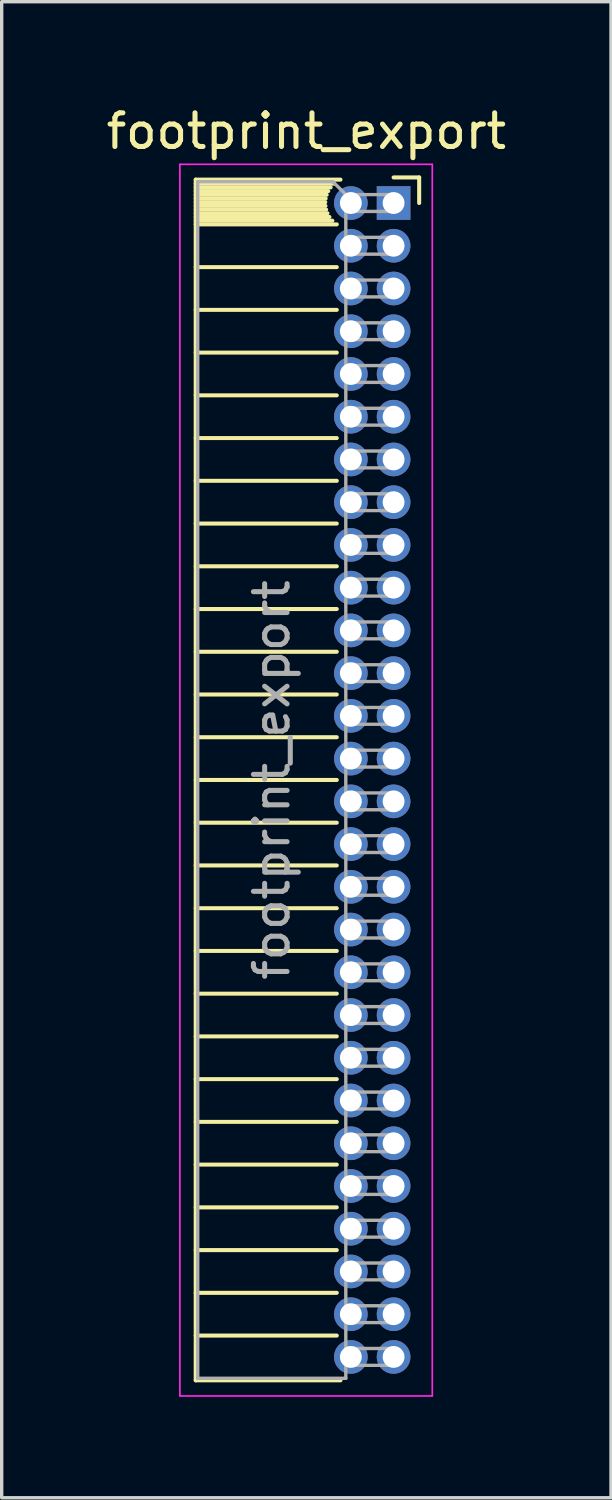
<source format=kicad_pcb>
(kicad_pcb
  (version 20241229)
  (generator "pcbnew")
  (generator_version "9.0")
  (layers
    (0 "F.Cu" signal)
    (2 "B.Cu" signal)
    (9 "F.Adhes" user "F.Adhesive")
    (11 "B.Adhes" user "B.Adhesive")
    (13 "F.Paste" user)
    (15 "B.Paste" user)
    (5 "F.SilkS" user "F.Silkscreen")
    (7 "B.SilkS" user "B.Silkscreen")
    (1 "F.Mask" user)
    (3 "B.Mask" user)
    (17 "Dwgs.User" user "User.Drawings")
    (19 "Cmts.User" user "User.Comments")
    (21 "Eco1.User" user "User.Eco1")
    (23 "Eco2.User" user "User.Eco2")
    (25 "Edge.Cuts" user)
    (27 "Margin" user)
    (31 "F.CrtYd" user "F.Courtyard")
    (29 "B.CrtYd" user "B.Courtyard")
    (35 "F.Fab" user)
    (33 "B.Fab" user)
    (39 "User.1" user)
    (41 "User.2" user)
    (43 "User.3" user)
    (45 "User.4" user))
  (footprint "footprint_export"
    (layer "F.Cu")
    (at 8.646 2.983)
    (property "Reference" "footprint_export" (at -2.592 -2.135 0) (layer "F.SilkS") (effects (font (size 1 1) (thickness 0.15))))
    (attr through_hole)
    (fp_line (start -5.88 -0.695) (end -5.88 34.985) (stroke (width 0.12) (type solid)) (layer "F.SilkS"))
    (fp_line (start -5.88 -0.695) (end -1.578 -0.695) (stroke (width 0.12) (type solid)) (layer "F.SilkS"))
    (fp_line (start -5.88 -0.575) (end -1.767 -0.575) (stroke (width 0.12) (type solid)) (layer "F.SilkS"))
    (fp_line (start -5.88 -0.465) (end -1.871 -0.465) (stroke (width 0.12) (type solid)) (layer "F.SilkS"))
    (fp_line (start -5.88 -0.355) (end -1.942 -0.355) (stroke (width 0.12) (type solid)) (layer "F.SilkS"))
    (fp_line (start -5.88 -0.245) (end -1.989 -0.245) (stroke (width 0.12) (type solid)) (layer "F.SilkS"))
    (fp_line (start -5.88 -0.135) (end -2.018 -0.135) (stroke (width 0.12) (type solid)) (layer "F.SilkS"))
    (fp_line (start -5.88 -0.025) (end -2.03 -0.025) (stroke (width 0.12) (type solid)) (layer "F.SilkS"))
    (fp_line (start -5.88 0.085) (end -2.025 0.085) (stroke (width 0.12) (type solid)) (layer "F.SilkS"))
    (fp_line (start -5.88 0.195) (end -2.005 0.195) (stroke (width 0.12) (type solid)) (layer "F.SilkS"))
    (fp_line (start -5.88 0.305) (end -1.966 0.305) (stroke (width 0.12) (type solid)) (layer "F.SilkS"))
    (fp_line (start -5.88 0.415) (end -1.907 0.415) (stroke (width 0.12) (type solid)) (layer "F.SilkS"))
    (fp_line (start -5.88 0.525) (end -1.82 0.525) (stroke (width 0.12) (type solid)) (layer "F.SilkS"))
    (fp_line (start -5.88 0.635) (end -1.688 0.635) (stroke (width 0.12) (type solid)) (layer "F.SilkS"))
    (fp_line (start -5.88 1.905) (end -1.688 1.905) (stroke (width 0.12) (type solid)) (layer "F.SilkS"))
    (fp_line (start -5.88 3.175) (end -1.688 3.175) (stroke (width 0.12) (type solid)) (layer "F.SilkS"))
    (fp_line (start -5.88 4.445) (end -1.688 4.445) (stroke (width 0.12) (type solid)) (layer "F.SilkS"))
    (fp_line (start -5.88 5.715) (end -1.688 5.715) (stroke (width 0.12) (type solid)) (layer "F.SilkS"))
    (fp_line (start -5.88 6.985) (end -1.688 6.985) (stroke (width 0.12) (type solid)) (layer "F.SilkS"))
    (fp_line (start -5.88 8.255) (end -1.688 8.255) (stroke (width 0.12) (type solid)) (layer "F.SilkS"))
    (fp_line (start -5.88 9.525) (end -1.688 9.525) (stroke (width 0.12) (type solid)) (layer "F.SilkS"))
    (fp_line (start -5.88 10.795) (end -1.688 10.795) (stroke (width 0.12) (type solid)) (layer "F.SilkS"))
    (fp_line (start -5.88 12.065) (end -1.688 12.065) (stroke (width 0.12) (type solid)) (layer "F.SilkS"))
    (fp_line (start -5.88 13.335) (end -1.688 13.335) (stroke (width 0.12) (type solid)) (layer "F.SilkS"))
    (fp_line (start -5.88 14.605) (end -1.688 14.605) (stroke (width 0.12) (type solid)) (layer "F.SilkS"))
    (fp_line (start -5.88 15.875) (end -1.688 15.875) (stroke (width 0.12) (type solid)) (layer "F.SilkS"))
    (fp_line (start -5.88 17.145) (end -1.688 17.145) (stroke (width 0.12) (type solid)) (layer "F.SilkS"))
    (fp_line (start -5.88 18.415) (end -1.688 18.415) (stroke (width 0.12) (type solid)) (layer "F.SilkS"))
    (fp_line (start -5.88 19.685) (end -1.688 19.685) (stroke (width 0.12) (type solid)) (layer "F.SilkS"))
    (fp_line (start -5.88 20.955) (end -1.688 20.955) (stroke (width 0.12) (type solid)) (layer "F.SilkS"))
    (fp_line (start -5.88 22.225) (end -1.688 22.225) (stroke (width 0.12) (type solid)) (layer "F.SilkS"))
    (fp_line (start -5.88 23.495) (end -1.688 23.495) (stroke (width 0.12) (type solid)) (layer "F.SilkS"))
    (fp_line (start -5.88 24.765) (end -1.688 24.765) (stroke (width 0.12) (type solid)) (layer "F.SilkS"))
    (fp_line (start -5.88 26.035) (end -1.688 26.035) (stroke (width 0.12) (type solid)) (layer "F.SilkS"))
    (fp_line (start -5.88 27.305) (end -1.688 27.305) (stroke (width 0.12) (type solid)) (layer "F.SilkS"))
    (fp_line (start -5.88 28.575) (end -1.688 28.575) (stroke (width 0.12) (type solid)) (layer "F.SilkS"))
    (fp_line (start -5.88 29.845) (end -1.688 29.845) (stroke (width 0.12) (type solid)) (layer "F.SilkS"))
    (fp_line (start -5.88 31.115) (end -1.688 31.115) (stroke (width 0.12) (type solid)) (layer "F.SilkS"))
    (fp_line (start -5.88 32.385) (end -1.688 32.385) (stroke (width 0.12) (type solid)) (layer "F.SilkS"))
    (fp_line (start -5.88 33.655) (end -1.688 33.655) (stroke (width 0.12) (type solid)) (layer "F.SilkS"))
    (fp_line (start -5.88 34.985) (end -1.578 34.985) (stroke (width 0.12) (type solid)) (layer "F.SilkS"))
    (fp_line (start 0 -0.76) (end 0.76 -0.76) (stroke (width 0.12) (type solid)) (layer "F.SilkS"))
    (fp_line (start 0.76 -0.76) (end 0.76 0) (stroke (width 0.12) (type solid)) (layer "F.SilkS"))
    (fp_line (start -6.35 -1.15) (end -6.35 35.45) (stroke (width 0.05) (type solid)) (layer "F.CrtYd"))
    (fp_line (start -6.35 35.45) (end 1.15 35.45) (stroke (width 0.05) (type solid)) (layer "F.CrtYd"))
    (fp_line (start 1.15 -1.15) (end -6.35 -1.15) (stroke (width 0.05) (type solid)) (layer "F.CrtYd"))
    (fp_line (start 1.15 35.45) (end 1.15 -1.15) (stroke (width 0.05) (type solid)) (layer "F.CrtYd"))
    (fp_line (start -5.82 -0.635) (end -1.805 -0.635) (stroke (width 0.1) (type solid)) (layer "F.Fab"))
    (fp_line (start -5.82 34.925) (end -5.82 -0.635) (stroke (width 0.1) (type solid)) (layer "F.Fab"))
    (fp_line (start -1.805 -0.635) (end -1.42 -0.25) (stroke (width 0.1) (type solid)) (layer "F.Fab"))
    (fp_line (start -1.42 -0.25) (end -1.42 34.925) (stroke (width 0.1) (type solid)) (layer "F.Fab"))
    (fp_line (start -1.42 0.25) (end 0 0.25) (stroke (width 0.1) (type solid)) (layer "F.Fab"))
    (fp_line (start -1.42 1.52) (end 0 1.52) (stroke (width 0.1) (type solid)) (layer "F.Fab"))
    (fp_line (start -1.42 2.79) (end 0 2.79) (stroke (width 0.1) (type solid)) (layer "F.Fab"))
    (fp_line (start -1.42 4.06) (end 0 4.06) (stroke (width 0.1) (type solid)) (layer "F.Fab"))
    (fp_line (start -1.42 5.33) (end 0 5.33) (stroke (width 0.1) (type solid)) (layer "F.Fab"))
    (fp_line (start -1.42 6.6) (end 0 6.6) (stroke (width 0.1) (type solid)) (layer "F.Fab"))
    (fp_line (start -1.42 7.87) (end 0 7.87) (stroke (width 0.1) (type solid)) (layer "F.Fab"))
    (fp_line (start -1.42 9.14) (end 0 9.14) (stroke (width 0.1) (type solid)) (layer "F.Fab"))
    (fp_line (start -1.42 10.41) (end 0 10.41) (stroke (width 0.1) (type solid)) (layer "F.Fab"))
    (fp_line (start -1.42 11.68) (end 0 11.68) (stroke (width 0.1) (type solid)) (layer "F.Fab"))
    (fp_line (start -1.42 12.95) (end 0 12.95) (stroke (width 0.1) (type solid)) (layer "F.Fab"))
    (fp_line (start -1.42 14.22) (end 0 14.22) (stroke (width 0.1) (type solid)) (layer "F.Fab"))
    (fp_line (start -1.42 15.49) (end 0 15.49) (stroke (width 0.1) (type solid)) (layer "F.Fab"))
    (fp_line (start -1.42 16.76) (end 0 16.76) (stroke (width 0.1) (type solid)) (layer "F.Fab"))
    (fp_line (start -1.42 18.03) (end 0 18.03) (stroke (width 0.1) (type solid)) (layer "F.Fab"))
    (fp_line (start -1.42 19.3) (end 0 19.3) (stroke (width 0.1) (type solid)) (layer "F.Fab"))
    (fp_line (start -1.42 20.57) (end 0 20.57) (stroke (width 0.1) (type solid)) (layer "F.Fab"))
    (fp_line (start -1.42 21.84) (end 0 21.84) (stroke (width 0.1) (type solid)) (layer "F.Fab"))
    (fp_line (start -1.42 23.11) (end 0 23.11) (stroke (width 0.1) (type solid)) (layer "F.Fab"))
    (fp_line (start -1.42 24.38) (end 0 24.38) (stroke (width 0.1) (type solid)) (layer "F.Fab"))
    (fp_line (start -1.42 25.65) (end 0 25.65) (stroke (width 0.1) (type solid)) (layer "F.Fab"))
    (fp_line (start -1.42 26.92) (end 0 26.92) (stroke (width 0.1) (type solid)) (layer "F.Fab"))
    (fp_line (start -1.42 28.19) (end 0 28.19) (stroke (width 0.1) (type solid)) (layer "F.Fab"))
    (fp_line (start -1.42 29.46) (end 0 29.46) (stroke (width 0.1) (type solid)) (layer "F.Fab"))
    (fp_line (start -1.42 30.73) (end 0 30.73) (stroke (width 0.1) (type solid)) (layer "F.Fab"))
    (fp_line (start -1.42 32) (end 0 32) (stroke (width 0.1) (type solid)) (layer "F.Fab"))
    (fp_line (start -1.42 33.27) (end 0 33.27) (stroke (width 0.1) (type solid)) (layer "F.Fab"))
    (fp_line (start -1.42 34.54) (end 0 34.54) (stroke (width 0.1) (type solid)) (layer "F.Fab"))
    (fp_line (start -1.42 34.925) (end -5.82 34.925) (stroke (width 0.1) (type solid)) (layer "F.Fab"))
    (fp_line (start 0 -0.25) (end -1.42 -0.25) (stroke (width 0.1) (type solid)) (layer "F.Fab"))
    (fp_line (start 0 0.25) (end 0 -0.25) (stroke (width 0.1) (type solid)) (layer "F.Fab"))
    (fp_line (start 0 1.02) (end -1.42 1.02) (stroke (width 0.1) (type solid)) (layer "F.Fab"))
    (fp_line (start 0 1.52) (end 0 1.02) (stroke (width 0.1) (type solid)) (layer "F.Fab"))
    (fp_line (start 0 2.29) (end -1.42 2.29) (stroke (width 0.1) (type solid)) (layer "F.Fab"))
    (fp_line (start 0 2.79) (end 0 2.29) (stroke (width 0.1) (type solid)) (layer "F.Fab"))
    (fp_line (start 0 3.56) (end -1.42 3.56) (stroke (width 0.1) (type solid)) (layer "F.Fab"))
    (fp_line (start 0 4.06) (end 0 3.56) (stroke (width 0.1) (type solid)) (layer "F.Fab"))
    (fp_line (start 0 4.83) (end -1.42 4.83) (stroke (width 0.1) (type solid)) (layer "F.Fab"))
    (fp_line (start 0 5.33) (end 0 4.83) (stroke (width 0.1) (type solid)) (layer "F.Fab"))
    (fp_line (start 0 6.1) (end -1.42 6.1) (stroke (width 0.1) (type solid)) (layer "F.Fab"))
    (fp_line (start 0 6.6) (end 0 6.1) (stroke (width 0.1) (type solid)) (layer "F.Fab"))
    (fp_line (start 0 7.37) (end -1.42 7.37) (stroke (width 0.1) (type solid)) (layer "F.Fab"))
    (fp_line (start 0 7.87) (end 0 7.37) (stroke (width 0.1) (type solid)) (layer "F.Fab"))
    (fp_line (start 0 8.64) (end -1.42 8.64) (stroke (width 0.1) (type solid)) (layer "F.Fab"))
    (fp_line (start 0 9.14) (end 0 8.64) (stroke (width 0.1) (type solid)) (layer "F.Fab"))
    (fp_line (start 0 9.91) (end -1.42 9.91) (stroke (width 0.1) (type solid)) (layer "F.Fab"))
    (fp_line (start 0 10.41) (end 0 9.91) (stroke (width 0.1) (type solid)) (layer "F.Fab"))
    (fp_line (start 0 11.18) (end -1.42 11.18) (stroke (width 0.1) (type solid)) (layer "F.Fab"))
    (fp_line (start 0 11.68) (end 0 11.18) (stroke (width 0.1) (type solid)) (layer "F.Fab"))
    (fp_line (start 0 12.45) (end -1.42 12.45) (stroke (width 0.1) (type solid)) (layer "F.Fab"))
    (fp_line (start 0 12.95) (end 0 12.45) (stroke (width 0.1) (type solid)) (layer "F.Fab"))
    (fp_line (start 0 13.72) (end -1.42 13.72) (stroke (width 0.1) (type solid)) (layer "F.Fab"))
    (fp_line (start 0 14.22) (end 0 13.72) (stroke (width 0.1) (type solid)) (layer "F.Fab"))
    (fp_line (start 0 14.99) (end -1.42 14.99) (stroke (width 0.1) (type solid)) (layer "F.Fab"))
    (fp_line (start 0 15.49) (end 0 14.99) (stroke (width 0.1) (type solid)) (layer "F.Fab"))
    (fp_line (start 0 16.26) (end -1.42 16.26) (stroke (width 0.1) (type solid)) (layer "F.Fab"))
    (fp_line (start 0 16.76) (end 0 16.26) (stroke (width 0.1) (type solid)) (layer "F.Fab"))
    (fp_line (start 0 17.53) (end -1.42 17.53) (stroke (width 0.1) (type solid)) (layer "F.Fab"))
    (fp_line (start 0 18.03) (end 0 17.53) (stroke (width 0.1) (type solid)) (layer "F.Fab"))
    (fp_line (start 0 18.8) (end -1.42 18.8) (stroke (width 0.1) (type solid)) (layer "F.Fab"))
    (fp_line (start 0 19.3) (end 0 18.8) (stroke (width 0.1) (type solid)) (layer "F.Fab"))
    (fp_line (start 0 20.07) (end -1.42 20.07) (stroke (width 0.1) (type solid)) (layer "F.Fab"))
    (fp_line (start 0 20.57) (end 0 20.07) (stroke (width 0.1) (type solid)) (layer "F.Fab"))
    (fp_line (start 0 21.34) (end -1.42 21.34) (stroke (width 0.1) (type solid)) (layer "F.Fab"))
    (fp_line (start 0 21.84) (end 0 21.34) (stroke (width 0.1) (type solid)) (layer "F.Fab"))
    (fp_line (start 0 22.61) (end -1.42 22.61) (stroke (width 0.1) (type solid)) (layer "F.Fab"))
    (fp_line (start 0 23.11) (end 0 22.61) (stroke (width 0.1) (type solid)) (layer "F.Fab"))
    (fp_line (start 0 23.88) (end -1.42 23.88) (stroke (width 0.1) (type solid)) (layer "F.Fab"))
    (fp_line (start 0 24.38) (end 0 23.88) (stroke (width 0.1) (type solid)) (layer "F.Fab"))
    (fp_line (start 0 25.15) (end -1.42 25.15) (stroke (width 0.1) (type solid)) (layer "F.Fab"))
    (fp_line (start 0 25.65) (end 0 25.15) (stroke (width 0.1) (type solid)) (layer "F.Fab"))
    (fp_line (start 0 26.42) (end -1.42 26.42) (stroke (width 0.1) (type solid)) (layer "F.Fab"))
    (fp_line (start 0 26.92) (end 0 26.42) (stroke (width 0.1) (type solid)) (layer "F.Fab"))
    (fp_line (start 0 27.69) (end -1.42 27.69) (stroke (width 0.1) (type solid)) (layer "F.Fab"))
    (fp_line (start 0 28.19) (end 0 27.69) (stroke (width 0.1) (type solid)) (layer "F.Fab"))
    (fp_line (start 0 28.96) (end -1.42 28.96) (stroke (width 0.1) (type solid)) (layer "F.Fab"))
    (fp_line (start 0 29.46) (end 0 28.96) (stroke (width 0.1) (type solid)) (layer "F.Fab"))
    (fp_line (start 0 30.23) (end -1.42 30.23) (stroke (width 0.1) (type solid)) (layer "F.Fab"))
    (fp_line (start 0 30.73) (end 0 30.23) (stroke (width 0.1) (type solid)) (layer "F.Fab"))
    (fp_line (start 0 31.5) (end -1.42 31.5) (stroke (width 0.1) (type solid)) (layer "F.Fab"))
    (fp_line (start 0 32) (end 0 31.5) (stroke (width 0.1) (type solid)) (layer "F.Fab"))
    (fp_line (start 0 32.77) (end -1.42 32.77) (stroke (width 0.1) (type solid)) (layer "F.Fab"))
    (fp_line (start 0 33.27) (end 0 32.77) (stroke (width 0.1) (type solid)) (layer "F.Fab"))
    (fp_line (start 0 34.04) (end -1.42 34.04) (stroke (width 0.1) (type solid)) (layer "F.Fab"))
    (fp_line (start 0 34.54) (end 0 34.04) (stroke (width 0.1) (type solid)) (layer "F.Fab"))
    (fp_text user "${REFERENCE}" (at -3.62 17.145 90) (layer "F.Fab") (effects (font (size 1 1) (thickness 0.15))))
    (pad "1" thru_hole rect (at 0 0) (size 1 1) (drill 0.65) (layers "*.Cu" "*.Mask"))
    (pad "2" thru_hole oval (at -1.27 0) (size 1 1) (drill 0.65) (layers "*.Cu" "*.Mask"))
    (pad "3" thru_hole oval (at 0 1.27) (size 1 1) (drill 0.65) (layers "*.Cu" "*.Mask"))
    (pad "4" thru_hole oval (at -1.27 1.27) (size 1 1) (drill 0.65) (layers "*.Cu" "*.Mask"))
    (pad "5" thru_hole oval (at 0 2.54) (size 1 1) (drill 0.65) (layers "*.Cu" "*.Mask"))
    (pad "6" thru_hole oval (at -1.27 2.54) (size 1 1) (drill 0.65) (layers "*.Cu" "*.Mask"))
    (pad "7" thru_hole oval (at 0 3.81) (size 1 1) (drill 0.65) (layers "*.Cu" "*.Mask"))
    (pad "8" thru_hole oval (at -1.27 3.81) (size 1 1) (drill 0.65) (layers "*.Cu" "*.Mask"))
    (pad "9" thru_hole oval (at 0 5.08) (size 1 1) (drill 0.65) (layers "*.Cu" "*.Mask"))
    (pad "10" thru_hole oval (at -1.27 5.08) (size 1 1) (drill 0.65) (layers "*.Cu" "*.Mask"))
    (pad "11" thru_hole oval (at 0 6.35) (size 1 1) (drill 0.65) (layers "*.Cu" "*.Mask"))
    (pad "12" thru_hole oval (at -1.27 6.35) (size 1 1) (drill 0.65) (layers "*.Cu" "*.Mask"))
    (pad "13" thru_hole oval (at 0 7.62) (size 1 1) (drill 0.65) (layers "*.Cu" "*.Mask"))
    (pad "14" thru_hole oval (at -1.27 7.62) (size 1 1) (drill 0.65) (layers "*.Cu" "*.Mask"))
    (pad "15" thru_hole oval (at 0 8.89) (size 1 1) (drill 0.65) (layers "*.Cu" "*.Mask"))
    (pad "16" thru_hole oval (at -1.27 8.89) (size 1 1) (drill 0.65) (layers "*.Cu" "*.Mask"))
    (pad "17" thru_hole oval (at 0 10.16) (size 1 1) (drill 0.65) (layers "*.Cu" "*.Mask"))
    (pad "18" thru_hole oval (at -1.27 10.16) (size 1 1) (drill 0.65) (layers "*.Cu" "*.Mask"))
    (pad "19" thru_hole oval (at 0 11.43) (size 1 1) (drill 0.65) (layers "*.Cu" "*.Mask"))
    (pad "20" thru_hole oval (at -1.27 11.43) (size 1 1) (drill 0.65) (layers "*.Cu" "*.Mask"))
    (pad "21" thru_hole oval (at 0 12.7) (size 1 1) (drill 0.65) (layers "*.Cu" "*.Mask"))
    (pad "22" thru_hole oval (at -1.27 12.7) (size 1 1) (drill 0.65) (layers "*.Cu" "*.Mask"))
    (pad "23" thru_hole oval (at 0 13.97) (size 1 1) (drill 0.65) (layers "*.Cu" "*.Mask"))
    (pad "24" thru_hole oval (at -1.27 13.97) (size 1 1) (drill 0.65) (layers "*.Cu" "*.Mask"))
    (pad "25" thru_hole oval (at 0 15.24) (size 1 1) (drill 0.65) (layers "*.Cu" "*.Mask"))
    (pad "26" thru_hole oval (at -1.27 15.24) (size 1 1) (drill 0.65) (layers "*.Cu" "*.Mask"))
    (pad "27" thru_hole oval (at 0 16.51) (size 1 1) (drill 0.65) (layers "*.Cu" "*.Mask"))
    (pad "28" thru_hole oval (at -1.27 16.51) (size 1 1) (drill 0.65) (layers "*.Cu" "*.Mask"))
    (pad "29" thru_hole oval (at 0 17.78) (size 1 1) (drill 0.65) (layers "*.Cu" "*.Mask"))
    (pad "30" thru_hole oval (at -1.27 17.78) (size 1 1) (drill 0.65) (layers "*.Cu" "*.Mask"))
    (pad "31" thru_hole oval (at 0 19.05) (size 1 1) (drill 0.65) (layers "*.Cu" "*.Mask"))
    (pad "32" thru_hole oval (at -1.27 19.05) (size 1 1) (drill 0.65) (layers "*.Cu" "*.Mask"))
    (pad "33" thru_hole oval (at 0 20.32) (size 1 1) (drill 0.65) (layers "*.Cu" "*.Mask"))
    (pad "34" thru_hole oval (at -1.27 20.32) (size 1 1) (drill 0.65) (layers "*.Cu" "*.Mask"))
    (pad "35" thru_hole oval (at 0 21.59) (size 1 1) (drill 0.65) (layers "*.Cu" "*.Mask"))
    (pad "36" thru_hole oval (at -1.27 21.59) (size 1 1) (drill 0.65) (layers "*.Cu" "*.Mask"))
    (pad "37" thru_hole oval (at 0 22.86) (size 1 1) (drill 0.65) (layers "*.Cu" "*.Mask"))
    (pad "38" thru_hole oval (at -1.27 22.86) (size 1 1) (drill 0.65) (layers "*.Cu" "*.Mask"))
    (pad "39" thru_hole oval (at 0 24.13) (size 1 1) (drill 0.65) (layers "*.Cu" "*.Mask"))
    (pad "40" thru_hole oval (at -1.27 24.13) (size 1 1) (drill 0.65) (layers "*.Cu" "*.Mask"))
    (pad "41" thru_hole oval (at 0 25.4) (size 1 1) (drill 0.65) (layers "*.Cu" "*.Mask"))
    (pad "42" thru_hole oval (at -1.27 25.4) (size 1 1) (drill 0.65) (layers "*.Cu" "*.Mask"))
    (pad "43" thru_hole oval (at 0 26.67) (size 1 1) (drill 0.65) (layers "*.Cu" "*.Mask"))
    (pad "44" thru_hole oval (at -1.27 26.67) (size 1 1) (drill 0.65) (layers "*.Cu" "*.Mask"))
    (pad "45" thru_hole oval (at 0 27.94) (size 1 1) (drill 0.65) (layers "*.Cu" "*.Mask"))
    (pad "46" thru_hole oval (at -1.27 27.94) (size 1 1) (drill 0.65) (layers "*.Cu" "*.Mask"))
    (pad "47" thru_hole oval (at 0 29.21) (size 1 1) (drill 0.65) (layers "*.Cu" "*.Mask"))
    (pad "48" thru_hole oval (at -1.27 29.21) (size 1 1) (drill 0.65) (layers "*.Cu" "*.Mask"))
    (pad "49" thru_hole oval (at 0 30.48) (size 1 1) (drill 0.65) (layers "*.Cu" "*.Mask"))
    (pad "50" thru_hole oval (at -1.27 30.48) (size 1 1) (drill 0.65) (layers "*.Cu" "*.Mask"))
    (pad "51" thru_hole oval (at 0 31.75) (size 1 1) (drill 0.65) (layers "*.Cu" "*.Mask"))
    (pad "52" thru_hole oval (at -1.27 31.75) (size 1 1) (drill 0.65) (layers "*.Cu" "*.Mask"))
    (pad "53" thru_hole oval (at 0 33.02) (size 1 1) (drill 0.65) (layers "*.Cu" "*.Mask"))
    (pad "54" thru_hole oval (at -1.27 33.02) (size 1 1) (drill 0.65) (layers "*.Cu" "*.Mask"))
    (pad "55" thru_hole oval (at 0 34.29) (size 1 1) (drill 0.65) (layers "*.Cu" "*.Mask"))
    (pad "56" thru_hole oval (at -1.27 34.29) (size 1 1) (drill 0.65) (layers "*.Cu" "*.Mask")))
  (gr_rect
    (start -3 -3)
    (end 15.107 41.458)
    (stroke (width 0.1) (type default))
    (fill no)
    (layer "Edge.Cuts")))
</source>
